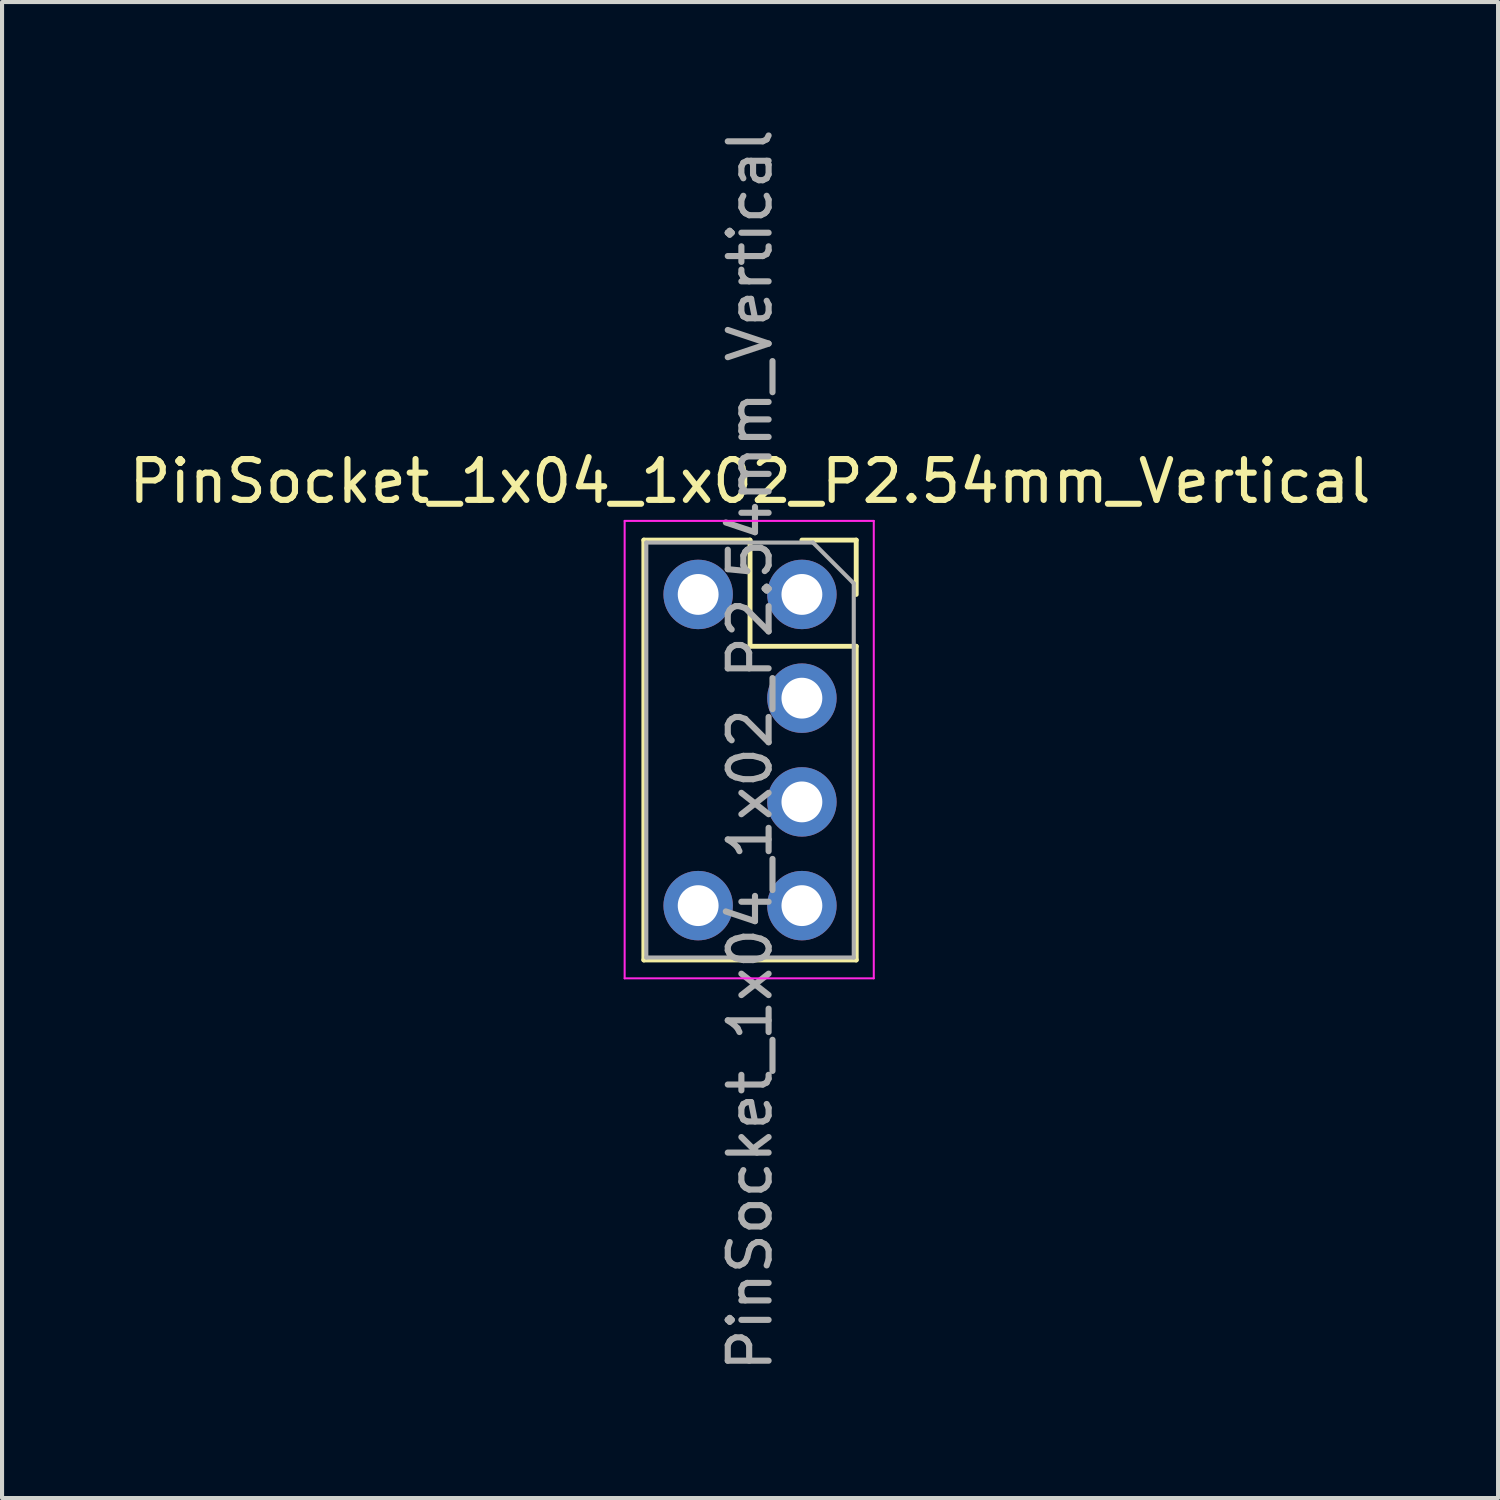
<source format=kicad_pcb>
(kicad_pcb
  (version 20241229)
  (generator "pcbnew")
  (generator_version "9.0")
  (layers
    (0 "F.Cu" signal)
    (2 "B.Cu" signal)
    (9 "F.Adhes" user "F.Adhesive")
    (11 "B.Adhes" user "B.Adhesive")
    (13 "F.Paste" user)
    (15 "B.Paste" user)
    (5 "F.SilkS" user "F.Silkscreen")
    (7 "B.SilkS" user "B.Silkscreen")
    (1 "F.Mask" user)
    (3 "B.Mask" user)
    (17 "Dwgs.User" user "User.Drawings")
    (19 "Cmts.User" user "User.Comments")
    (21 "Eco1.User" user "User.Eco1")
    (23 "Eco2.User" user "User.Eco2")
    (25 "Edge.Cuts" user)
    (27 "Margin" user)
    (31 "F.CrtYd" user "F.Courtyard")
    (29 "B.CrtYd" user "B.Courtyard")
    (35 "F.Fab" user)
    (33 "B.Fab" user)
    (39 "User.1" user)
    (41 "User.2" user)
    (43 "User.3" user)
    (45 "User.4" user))
  (footprint "PinSocket_1x04_1x02_P2.54mm_Vertical"
    (layer "F.Cu")
    (at 16.585 11.505)
    (property "Reference" "PinSocket_1x04_1x02_P2.54mm_Vertical" (at -1.27 -2.77 0) (layer "F.SilkS") (effects (font (size 1 1) (thickness 0.15))))
    (attr through_hole)
    (fp_line (start -3.87 -1.33) (end -3.87 8.95) (stroke (width 0.12) (type solid)) (layer "F.SilkS"))
    (fp_line (start -3.87 -1.33) (end -1.27 -1.33) (stroke (width 0.12) (type solid)) (layer "F.SilkS"))
    (fp_line (start -3.87 8.95) (end 1.33 8.95) (stroke (width 0.12) (type solid)) (layer "F.SilkS"))
    (fp_line (start -1.27 -1.33) (end -1.27 1.27) (stroke (width 0.12) (type solid)) (layer "F.SilkS"))
    (fp_line (start -1.27 1.27) (end 1.33 1.27) (stroke (width 0.12) (type solid)) (layer "F.SilkS"))
    (fp_line (start 0 -1.33) (end 1.33 -1.33) (stroke (width 0.12) (type solid)) (layer "F.SilkS"))
    (fp_line (start 1.33 -1.33) (end 1.33 0) (stroke (width 0.12) (type solid)) (layer "F.SilkS"))
    (fp_line (start 1.33 1.27) (end 1.33 8.95) (stroke (width 0.12) (type solid)) (layer "F.SilkS"))
    (fp_line (start -4.34 -1.8) (end 1.76 -1.8) (stroke (width 0.05) (type solid)) (layer "F.CrtYd"))
    (fp_line (start -4.34 9.4) (end -4.34 -1.8) (stroke (width 0.05) (type solid)) (layer "F.CrtYd"))
    (fp_line (start 1.76 -1.8) (end 1.76 9.4) (stroke (width 0.05) (type solid)) (layer "F.CrtYd"))
    (fp_line (start 1.76 9.4) (end -4.34 9.4) (stroke (width 0.05) (type solid)) (layer "F.CrtYd"))
    (fp_line (start -3.81 -1.27) (end 0.27 -1.27) (stroke (width 0.1) (type solid)) (layer "F.Fab"))
    (fp_line (start -3.81 8.89) (end -3.81 -1.27) (stroke (width 0.1) (type solid)) (layer "F.Fab"))
    (fp_line (start 0.27 -1.27) (end 1.27 -0.27) (stroke (width 0.1) (type solid)) (layer "F.Fab"))
    (fp_line (start 1.27 -0.27) (end 1.27 8.89) (stroke (width 0.1) (type solid)) (layer "F.Fab"))
    (fp_line (start 1.27 8.89) (end -3.81 8.89) (stroke (width 0.1) (type solid)) (layer "F.Fab"))
    (fp_text user "${REFERENCE}" (at -1.27 3.81 90) (layer "F.Fab") (effects (font (size 1 1) (thickness 0.15))))
    (pad "1" thru_hole circle (at 0 0) (size 1.7 1.7) (drill 1) (layers "*.Cu" "*.Mask"))
    (pad "2" thru_hole oval (at 0 2.54) (size 1.7 1.7) (drill 1) (layers "*.Cu" "*.Mask"))
    (pad "3" thru_hole oval (at 0 5.08) (size 1.7 1.7) (drill 1) (layers "*.Cu" "*.Mask"))
    (pad "4" thru_hole oval (at 0 7.62) (size 1.7 1.7) (drill 1) (layers "*.Cu" "*.Mask"))
    (pad "5" thru_hole oval (at -2.54 0) (size 1.7 1.7) (drill 1) (layers "*.Cu" "*.Mask"))
    (pad "6" thru_hole oval (at -2.54 7.62) (size 1.7 1.7) (drill 1) (layers "*.Cu" "*.Mask")))
  (gr_rect
    (start -3 -3)
    (end 33.631 33.631)
    (stroke (width 0.1) (type default))
    (fill no)
    (layer "Edge.Cuts")))
</source>
